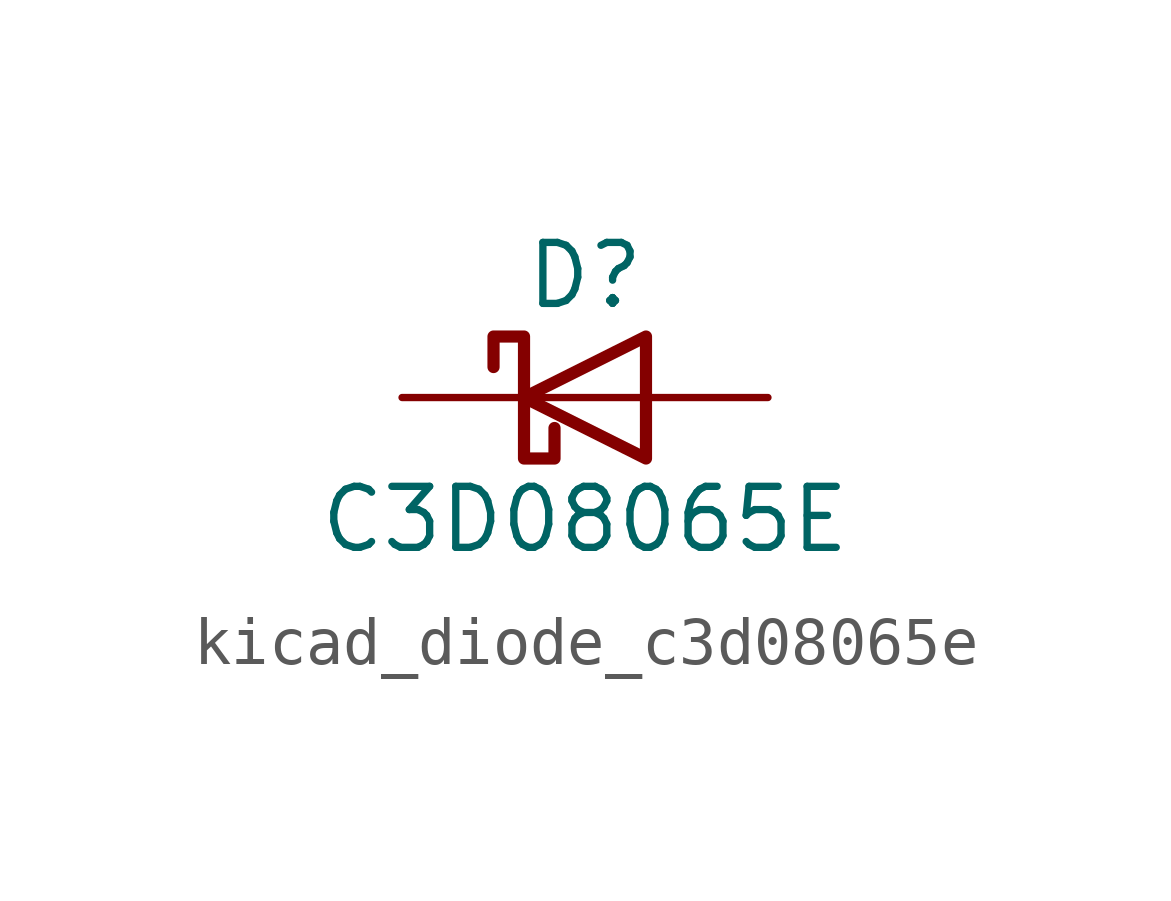
<source format=kicad_sym>
(kicad_symbol_lib
  (version 20220914)
  (generator kicad_symbol_editor)
  (symbol "kicad_diode_c3d08065e"
    (pin_numbers hide)
    (pin_names
      (offset 1.016) hide)
    (property "Reference" "D"
      (at 0 2.54 0)
      (effects (font (size 1.27 1.27))))
    (property "Value" "C3D08065E"
      (at 0 -2.54 0)
      (effects (font (size 1.27 1.27))))
    (symbol "kicad_diode_c3d08065e_0_1"
      (polyline (pts (xy 1.27 0) (xy -1.27 0)) (stroke (width 0) (type default)) (fill (type none)))
      (polyline (pts (xy 1.27 1.27) (xy 1.27 -1.27) (xy -1.27 0) (xy 1.27 1.27)) (stroke (width 0.254) (type default)) (fill (type none)))
      (polyline (pts (xy -1.905 0.635) (xy -1.905 1.27) (xy -1.27 1.27) (xy -1.27 -1.27) (xy -0.635 -1.27) (xy -0.635 -0.635)) (stroke (width 0.254) (type default)) (fill (type none))))
    (symbol "kicad_diode_c3d08065e_1_1"
      (pin passive line (at -3.81 0 0) (length 2.54) (name "K" (effects (font (size 1.27 1.27)))) (number "1" (effects (font (size 1.27 1.27)))))
      (pin passive line (at 3.81 0 180) (length 2.54) (name "A" (effects (font (size 1.27 1.27)))) (number "2" (effects (font (size 1.27 1.27))))))))
</source>
